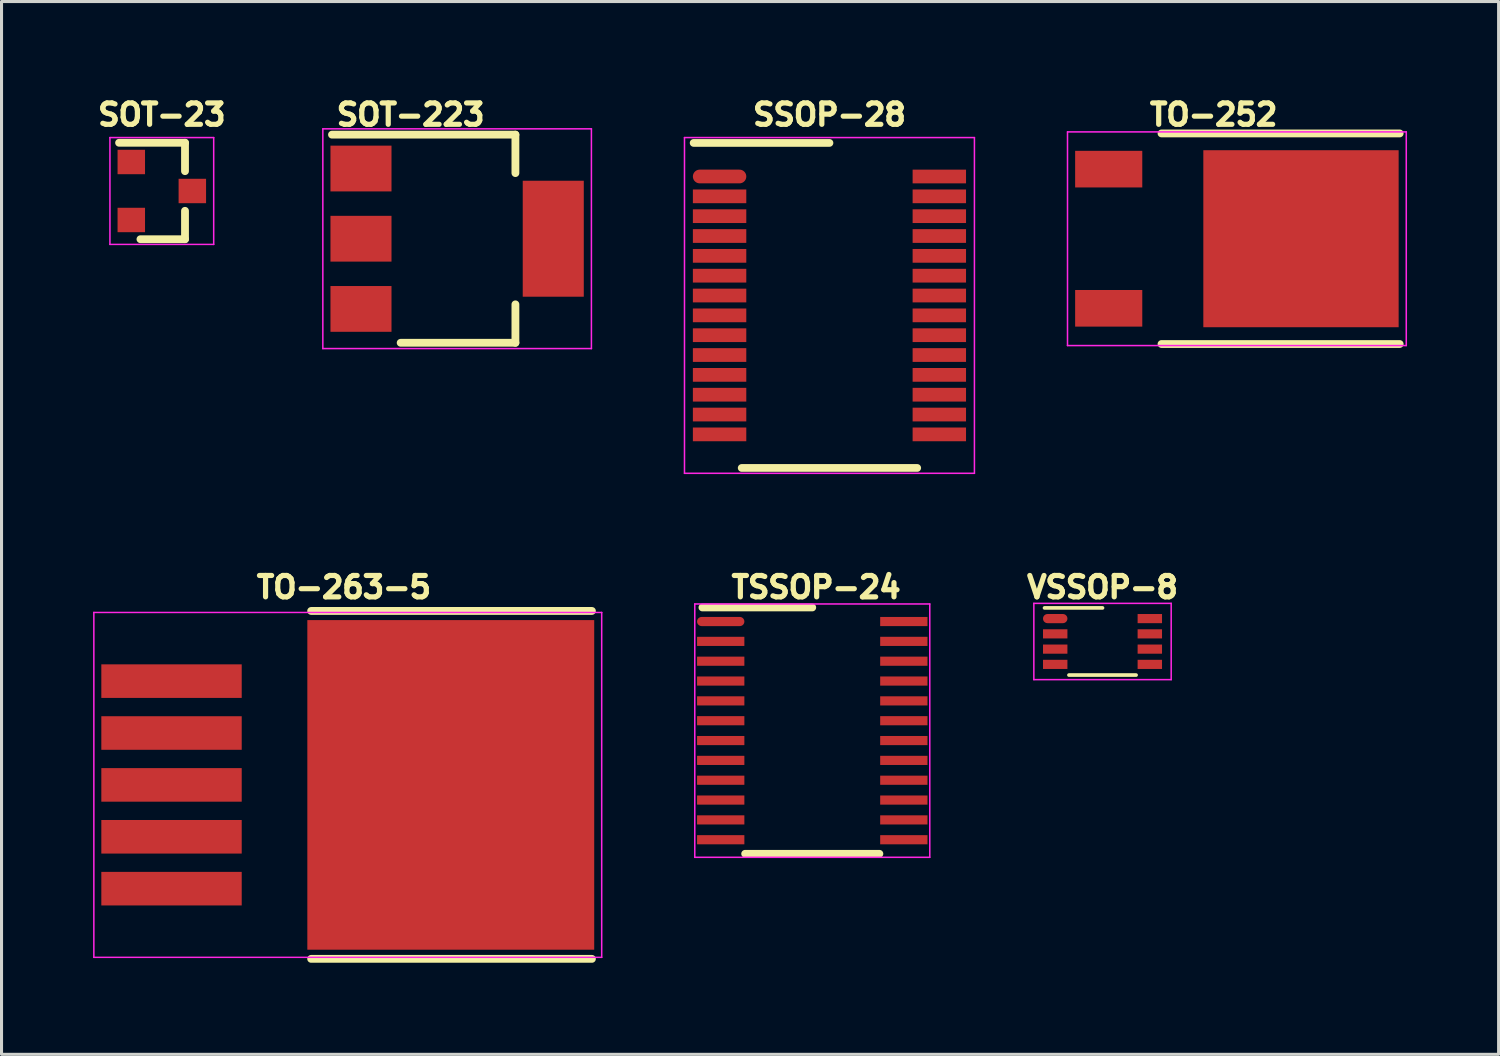
<source format=kicad_pcb>
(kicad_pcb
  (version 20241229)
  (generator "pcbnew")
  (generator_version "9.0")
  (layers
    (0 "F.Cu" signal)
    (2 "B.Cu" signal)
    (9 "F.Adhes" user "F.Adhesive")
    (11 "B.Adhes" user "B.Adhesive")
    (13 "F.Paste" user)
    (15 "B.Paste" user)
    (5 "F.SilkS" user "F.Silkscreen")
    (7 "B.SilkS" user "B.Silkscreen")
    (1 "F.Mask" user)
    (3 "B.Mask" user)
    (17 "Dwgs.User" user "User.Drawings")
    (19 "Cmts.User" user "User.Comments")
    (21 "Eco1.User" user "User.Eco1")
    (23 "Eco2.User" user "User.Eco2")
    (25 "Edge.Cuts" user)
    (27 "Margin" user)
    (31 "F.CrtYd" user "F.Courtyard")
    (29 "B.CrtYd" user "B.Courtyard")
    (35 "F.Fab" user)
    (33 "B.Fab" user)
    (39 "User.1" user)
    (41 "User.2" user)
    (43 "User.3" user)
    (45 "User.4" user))
  (footprint "SOT-223"
    (layer "F.Cu")
    (at 11.928 4.772)
    (property "Reference" "SOT-223" (at -1.524 -4.064 0) (layer "F.SilkS") (effects (font (size 0.7 0.7) (thickness 0.17))))
    (attr smd)
    (fp_line (start -4.1 -3.41) (end 1.91 -3.41) (stroke (width 0.256) (type solid)) (layer "F.SilkS"))
    (fp_line (start -1.85 3.41) (end 1.91 3.41) (stroke (width 0.256) (type solid)) (layer "F.SilkS"))
    (fp_line (start 1.91 -3.41) (end 1.91 -2.15) (stroke (width 0.256) (type solid)) (layer "F.SilkS"))
    (fp_line (start 1.91 3.41) (end 1.91 2.15) (stroke (width 0.256) (type solid)) (layer "F.SilkS"))
    (fp_line (start 0 -0.3) (end 0 0.3) (stroke (width 0.128) (type solid)) (layer "Eco1.User"))
    (fp_line (start 0.3 0) (end -0.3 0) (stroke (width 0.128) (type solid)) (layer "Eco1.User"))
    (fp_line (start -4.4 -3.6) (end -4.4 3.6) (stroke (width 0.05) (type solid)) (layer "F.CrtYd"))
    (fp_line (start -4.4 3.6) (end 4.4 3.6) (stroke (width 0.05) (type solid)) (layer "F.CrtYd"))
    (fp_line (start 4.4 -3.6) (end -4.4 -3.6) (stroke (width 0.05) (type solid)) (layer "F.CrtYd"))
    (fp_line (start 4.4 3.6) (end 4.4 -3.6) (stroke (width 0.05) (type solid)) (layer "F.CrtYd"))
    (pad "1" smd rect (at -3.15 -2.3) (size 2 1.5) (layers "F.Cu" "F.Mask" "F.Paste"))
    (pad "2" smd rect (at -3.15 0) (size 2 1.5) (layers "F.Cu" "F.Mask" "F.Paste"))
    (pad "3" smd rect (at -3.15 2.3) (size 2 1.5) (layers "F.Cu" "F.Mask" "F.Paste"))
    (pad "4" smd rect (at 3.15 0) (size 2 3.8) (layers "F.Cu" "F.Mask" "F.Paste")))
  (footprint "VSSOP-8"
    (layer "F.Cu")
    (at 33.075 17.969)
    (property "Reference" "VSSOP-8" (at 0 -1.778 0) (layer "F.SilkS") (effects (font (size 0.7 0.7) (thickness 0.17))))
    (attr smd)
    (fp_line (start 0 -1.1) (end -1.9 -1.1) (stroke (width 0.12) (type solid)) (layer "F.SilkS"))
    (fp_line (start 1.1 1.1) (end -1.1 1.1) (stroke (width 0.12) (type solid)) (layer "F.SilkS"))
    (fp_line (start 0 -0.3) (end 0 0.3) (stroke (width 0.128) (type solid)) (layer "Eco1.User"))
    (fp_line (start 0.3 0) (end -0.3 0) (stroke (width 0.128) (type solid)) (layer "Eco1.User"))
    (fp_line (start -2.25 -1.25) (end 2.25 -1.25) (stroke (width 0.05) (type solid)) (layer "F.CrtYd"))
    (fp_line (start -2.25 1.25) (end -2.25 -1.25) (stroke (width 0.05) (type solid)) (layer "F.CrtYd"))
    (fp_line (start 2.25 -1.25) (end 2.25 1.25) (stroke (width 0.05) (type solid)) (layer "F.CrtYd"))
    (fp_line (start 2.25 1.25) (end -2.25 1.25) (stroke (width 0.05) (type solid)) (layer "F.CrtYd"))
    (pad "1" smd oval (at -1.55 -0.75 270) (size 0.3 0.8) (layers "F.Cu" "F.Mask" "F.Paste"))
    (pad "2" smd rect (at -1.55 -0.25 270) (size 0.3 0.8) (layers "F.Cu" "F.Mask" "F.Paste"))
    (pad "3" smd rect (at -1.55 0.25 270) (size 0.3 0.8) (layers "F.Cu" "F.Mask" "F.Paste"))
    (pad "4" smd rect (at -1.55 0.75 270) (size 0.3 0.8) (layers "F.Cu" "F.Mask" "F.Paste"))
    (pad "5" smd rect (at 1.55 0.75 270) (size 0.3 0.8) (layers "F.Cu" "F.Mask" "F.Paste"))
    (pad "6" smd rect (at 1.55 0.25 270) (size 0.3 0.8) (layers "F.Cu" "F.Mask" "F.Paste"))
    (pad "7" smd rect (at 1.55 -0.25 270) (size 0.3 0.8) (layers "F.Cu" "F.Mask" "F.Paste"))
    (pad "8" smd rect (at 1.55 -0.75 270) (size 0.3 0.8) (layers "F.Cu" "F.Mask" "F.Paste")))
  (footprint "SOT-23"
    (layer "F.Cu")
    (at 2.252 3.208)
    (property "Reference" "SOT-23" (at 0 -2.5 0) (layer "F.SilkS") (effects (font (size 0.7 0.7) (thickness 0.17))))
    (attr smd)
    (fp_line (start 0.76 -1.58) (end -1.4 -1.58) (stroke (width 0.256) (type solid)) (layer "F.SilkS"))
    (fp_line (start 0.76 -1.58) (end 0.76 -0.65) (stroke (width 0.256) (type solid)) (layer "F.SilkS"))
    (fp_line (start 0.76 1.58) (end -0.7 1.58) (stroke (width 0.256) (type solid)) (layer "F.SilkS"))
    (fp_line (start 0.76 1.58) (end 0.76 0.65) (stroke (width 0.256) (type solid)) (layer "F.SilkS"))
    (fp_line (start 0 -0.3) (end 0 0.3) (stroke (width 0.128) (type solid)) (layer "Eco1.User"))
    (fp_line (start 0.3 0) (end -0.3 0) (stroke (width 0.128) (type solid)) (layer "Eco1.User"))
    (fp_line (start -1.7 -1.75) (end 1.7 -1.75) (stroke (width 0.05) (type solid)) (layer "F.CrtYd"))
    (fp_line (start -1.7 1.75) (end -1.7 -1.75) (stroke (width 0.05) (type solid)) (layer "F.CrtYd"))
    (fp_line (start 1.7 -1.75) (end 1.7 1.75) (stroke (width 0.05) (type solid)) (layer "F.CrtYd"))
    (fp_line (start 1.7 1.75) (end -1.7 1.75) (stroke (width 0.05) (type solid)) (layer "F.CrtYd"))
    (pad "1" smd rect (at -1 -0.95) (size 0.9 0.8) (layers "F.Cu" "F.Mask" "F.Paste"))
    (pad "2" smd rect (at -1 0.95) (size 0.9 0.8) (layers "F.Cu" "F.Mask" "F.Paste"))
    (pad "3" smd rect (at 1 0) (size 0.9 0.8) (layers "F.Cu" "F.Mask" "F.Paste")))
  (footprint "SSOP-28"
    (layer "F.Cu")
    (at 24.128 6.958)
    (property "Reference" "SSOP-28" (at 0 -6.25 0) (layer "F.SilkS") (effects (font (size 0.7 0.7) (thickness 0.17))))
    (attr smd)
    (fp_line (start -4.45 -5.325) (end 0 -5.325) (stroke (width 0.254) (type solid)) (layer "F.SilkS"))
    (fp_line (start -2.875 5.325) (end 2.875 5.325) (stroke (width 0.254) (type solid)) (layer "F.SilkS"))
    (fp_line (start 0 -0.3) (end 0 0.3) (stroke (width 0.128) (type solid)) (layer "Eco1.User"))
    (fp_line (start 0.3 0) (end -0.3 0) (stroke (width 0.128) (type solid)) (layer "Eco1.User"))
    (fp_line (start -4.75 -5.5) (end -4.75 5.5) (stroke (width 0.05) (type solid)) (layer "F.CrtYd"))
    (fp_line (start -4.75 -5.5) (end 4.75 -5.5) (stroke (width 0.05) (type solid)) (layer "F.CrtYd"))
    (fp_line (start -4.75 5.5) (end 4.75 5.5) (stroke (width 0.05) (type solid)) (layer "F.CrtYd"))
    (fp_line (start 4.75 -5.5) (end 4.75 5.5) (stroke (width 0.05) (type solid)) (layer "F.CrtYd"))
    (pad "1" smd oval (at -3.6 -4.225) (size 1.75 0.45) (layers "F.Cu" "F.Mask" "F.Paste"))
    (pad "2" smd rect (at -3.6 -3.575) (size 1.75 0.45) (layers "F.Cu" "F.Mask" "F.Paste"))
    (pad "3" smd rect (at -3.6 -2.925) (size 1.75 0.45) (layers "F.Cu" "F.Mask" "F.Paste"))
    (pad "4" smd rect (at -3.6 -2.275) (size 1.75 0.45) (layers "F.Cu" "F.Mask" "F.Paste"))
    (pad "5" smd rect (at -3.6 -1.625) (size 1.75 0.45) (layers "F.Cu" "F.Mask" "F.Paste"))
    (pad "6" smd rect (at -3.6 -0.975) (size 1.75 0.45) (layers "F.Cu" "F.Mask" "F.Paste"))
    (pad "7" smd rect (at -3.6 -0.325) (size 1.75 0.45) (layers "F.Cu" "F.Mask" "F.Paste"))
    (pad "8" smd rect (at -3.6 0.325) (size 1.75 0.45) (layers "F.Cu" "F.Mask" "F.Paste"))
    (pad "9" smd rect (at -3.6 0.975) (size 1.75 0.45) (layers "F.Cu" "F.Mask" "F.Paste"))
    (pad "10" smd rect (at -3.6 1.625) (size 1.75 0.45) (layers "F.Cu" "F.Mask" "F.Paste"))
    (pad "11" smd rect (at -3.6 2.275) (size 1.75 0.45) (layers "F.Cu" "F.Mask" "F.Paste"))
    (pad "12" smd rect (at -3.6 2.925) (size 1.75 0.45) (layers "F.Cu" "F.Mask" "F.Paste"))
    (pad "13" smd rect (at -3.6 3.575) (size 1.75 0.45) (layers "F.Cu" "F.Mask" "F.Paste"))
    (pad "14" smd rect (at -3.6 4.225) (size 1.75 0.45) (layers "F.Cu" "F.Mask" "F.Paste"))
    (pad "15" smd rect (at 3.6 4.225) (size 1.75 0.45) (layers "F.Cu" "F.Mask" "F.Paste"))
    (pad "16" smd rect (at 3.6 3.575) (size 1.75 0.45) (layers "F.Cu" "F.Mask" "F.Paste"))
    (pad "17" smd rect (at 3.6 2.925) (size 1.75 0.45) (layers "F.Cu" "F.Mask" "F.Paste"))
    (pad "18" smd rect (at 3.6 2.275) (size 1.75 0.45) (layers "F.Cu" "F.Mask" "F.Paste"))
    (pad "19" smd rect (at 3.6 1.625) (size 1.75 0.45) (layers "F.Cu" "F.Mask" "F.Paste"))
    (pad "20" smd rect (at 3.6 0.975) (size 1.75 0.45) (layers "F.Cu" "F.Mask" "F.Paste"))
    (pad "21" smd rect (at 3.6 0.325) (size 1.75 0.45) (layers "F.Cu" "F.Mask" "F.Paste"))
    (pad "22" smd rect (at 3.6 -0.325) (size 1.75 0.45) (layers "F.Cu" "F.Mask" "F.Paste"))
    (pad "23" smd rect (at 3.6 -0.975) (size 1.75 0.45) (layers "F.Cu" "F.Mask" "F.Paste"))
    (pad "24" smd rect (at 3.6 -1.625) (size 1.75 0.45) (layers "F.Cu" "F.Mask" "F.Paste"))
    (pad "25" smd rect (at 3.6 -2.275) (size 1.75 0.45) (layers "F.Cu" "F.Mask" "F.Paste"))
    (pad "26" smd rect (at 3.6 -2.925) (size 1.75 0.45) (layers "F.Cu" "F.Mask" "F.Paste"))
    (pad "27" smd rect (at 3.6 -3.575) (size 1.75 0.45) (layers "F.Cu" "F.Mask" "F.Paste"))
    (pad "28" smd rect (at 3.6 -4.225) (size 1.75 0.45) (layers "F.Cu" "F.Mask" "F.Paste")))
  (footprint "TSSOP-24"
    (layer "F.Cu")
    (at 23.565 20.89)
    (property "Reference" "TSSOP-24" (at 0.127 -4.699 0) (layer "F.SilkS") (effects (font (size 0.7 0.7) (thickness 0.17))))
    (attr smd)
    (fp_line (start -2.2 4.035) (end 2.2 4.035) (stroke (width 0.254) (type solid)) (layer "F.SilkS"))
    (fp_line (start 0 -4.035) (end -3.6 -4.035) (stroke (width 0.254) (type solid)) (layer "F.SilkS"))
    (fp_line (start 0 -0.3) (end 0 0.3) (stroke (width 0.128) (type solid)) (layer "Eco1.User"))
    (fp_line (start 0.3 0) (end -0.3 0) (stroke (width 0.128) (type solid)) (layer "Eco1.User"))
    (fp_line (start -3.85 -4.15) (end -3.85 4.15) (stroke (width 0.05) (type solid)) (layer "F.CrtYd"))
    (fp_line (start -3.85 4.15) (end 3.85 4.15) (stroke (width 0.05) (type solid)) (layer "F.CrtYd"))
    (fp_line (start 3.85 -4.15) (end -3.85 -4.15) (stroke (width 0.05) (type solid)) (layer "F.CrtYd"))
    (fp_line (start 3.85 4.15) (end 3.85 -4.15) (stroke (width 0.05) (type solid)) (layer "F.CrtYd"))
    (pad "1" smd oval (at -3 -3.575) (size 1.55 0.3) (layers "F.Cu" "F.Mask" "F.Paste"))
    (pad "2" smd rect (at -3 -2.925) (size 1.55 0.3) (layers "F.Cu" "F.Mask" "F.Paste"))
    (pad "3" smd rect (at -3 -2.275) (size 1.55 0.3) (layers "F.Cu" "F.Mask" "F.Paste"))
    (pad "4" smd rect (at -3 -1.625) (size 1.55 0.3) (layers "F.Cu" "F.Mask" "F.Paste"))
    (pad "5" smd rect (at -3 -0.975) (size 1.55 0.3) (layers "F.Cu" "F.Mask" "F.Paste"))
    (pad "6" smd rect (at -3 -0.325) (size 1.55 0.3) (layers "F.Cu" "F.Mask" "F.Paste"))
    (pad "7" smd rect (at -3 0.325) (size 1.55 0.3) (layers "F.Cu" "F.Mask" "F.Paste"))
    (pad "8" smd rect (at -3 0.975) (size 1.55 0.3) (layers "F.Cu" "F.Mask" "F.Paste"))
    (pad "9" smd rect (at -3 1.625) (size 1.55 0.3) (layers "F.Cu" "F.Mask" "F.Paste"))
    (pad "10" smd rect (at -3 2.275) (size 1.55 0.3) (layers "F.Cu" "F.Mask" "F.Paste"))
    (pad "11" smd rect (at -3 2.925) (size 1.55 0.3) (layers "F.Cu" "F.Mask" "F.Paste"))
    (pad "12" smd rect (at -3 3.575) (size 1.55 0.3) (layers "F.Cu" "F.Mask" "F.Paste"))
    (pad "13" smd rect (at 3 3.575) (size 1.55 0.3) (layers "F.Cu" "F.Mask" "F.Paste"))
    (pad "14" smd rect (at 3 2.925) (size 1.55 0.3) (layers "F.Cu" "F.Mask" "F.Paste"))
    (pad "15" smd rect (at 3 2.275) (size 1.55 0.3) (layers "F.Cu" "F.Mask" "F.Paste"))
    (pad "16" smd rect (at 3 1.625) (size 1.55 0.3) (layers "F.Cu" "F.Mask" "F.Paste"))
    (pad "17" smd rect (at 3 0.975) (size 1.55 0.3) (layers "F.Cu" "F.Mask" "F.Paste"))
    (pad "18" smd rect (at 3 0.325) (size 1.55 0.3) (layers "F.Cu" "F.Mask" "F.Paste"))
    (pad "19" smd rect (at 3 -0.325) (size 1.55 0.3) (layers "F.Cu" "F.Mask" "F.Paste"))
    (pad "20" smd rect (at 3 -0.975) (size 1.55 0.3) (layers "F.Cu" "F.Mask" "F.Paste"))
    (pad "21" smd rect (at 3 -1.625) (size 1.55 0.3) (layers "F.Cu" "F.Mask" "F.Paste"))
    (pad "22" smd rect (at 3 -2.275) (size 1.55 0.3) (layers "F.Cu" "F.Mask" "F.Paste"))
    (pad "23" smd rect (at 3 -2.925) (size 1.55 0.3) (layers "F.Cu" "F.Mask" "F.Paste"))
    (pad "24" smd rect (at 3 -3.575) (size 1.55 0.3) (layers "F.Cu" "F.Mask" "F.Paste")))
  (footprint "TO-263-5"
    (layer "F.Cu")
    (at 8.345 22.668)
    (property "Reference" "TO-263-5" (at -0.127 -6.477 0) (layer "F.SilkS") (effects (font (size 0.7 0.7) (thickness 0.17))))
    (attr smd)
    (fp_line (start 8 -5.7) (end -1.2 -5.7) (stroke (width 0.256) (type solid)) (layer "F.SilkS"))
    (fp_line (start 8 5.7) (end -1.2 5.7) (stroke (width 0.256) (type solid)) (layer "F.SilkS"))
    (fp_line (start 0 -0.3) (end 0 0.3) (stroke (width 0.128) (type solid)) (layer "Eco1.User"))
    (fp_line (start 0.3 0) (end -0.3 0) (stroke (width 0.128) (type solid)) (layer "Eco1.User"))
    (fp_line (start -8.32 -5.65) (end -8.32 5.65) (stroke (width 0.05) (type solid)) (layer "F.CrtYd"))
    (fp_line (start -8.32 5.65) (end 8.32 5.65) (stroke (width 0.05) (type solid)) (layer "F.CrtYd"))
    (fp_line (start 8.32 -5.65) (end -8.32 -5.65) (stroke (width 0.05) (type solid)) (layer "F.CrtYd"))
    (fp_line (start 8.32 5.65) (end 8.32 -5.65) (stroke (width 0.05) (type solid)) (layer "F.CrtYd"))
    (pad "" smd rect (at 0.95 -2.775) (size 4.55 5.25) (layers "F.Paste"))
    (pad "" smd rect (at 0.95 2.775) (size 4.55 5.25) (layers "F.Paste"))
    (pad "" smd rect (at 5.8 -2.775) (size 4.55 5.25) (layers "F.Paste"))
    (pad "" smd rect (at 5.8 2.775) (size 4.55 5.25) (layers "F.Paste"))
    (pad "1" smd rect (at -5.775 -3.4) (size 4.6 1.1) (layers "F.Cu" "F.Mask" "F.Paste"))
    (pad "2" smd rect (at -5.775 -1.7) (size 4.6 1.1) (layers "F.Cu" "F.Mask" "F.Paste"))
    (pad "3" smd rect (at -5.775 0) (size 4.6 1.1) (layers "F.Cu" "F.Mask" "F.Paste"))
    (pad "4" smd rect (at -5.775 1.7) (size 4.6 1.1) (layers "F.Cu" "F.Mask" "F.Paste"))
    (pad "5" smd rect (at -5.775 3.4) (size 4.6 1.1) (layers "F.Cu" "F.Mask" "F.Paste"))
    (pad "6" smd rect (at 3.375 0) (size 9.4 10.8) (layers "F.Cu" "F.Mask")))
  (footprint "TO-252"
    (layer "F.Cu")
    (at 37.478 4.772)
    (property "Reference" "TO-252" (at -0.762 -4.064 0) (layer "F.SilkS") (effects (font (size 0.7 0.7) (thickness 0.17))))
    (attr smd)
    (fp_line (start 5.334 -3.45) (end -2.47 -3.45) (stroke (width 0.256) (type solid)) (layer "F.SilkS"))
    (fp_line (start 5.334 3.45) (end -2.47 3.45) (stroke (width 0.256) (type solid)) (layer "F.SilkS"))
    (fp_line (start 0 -0.3) (end 0 0.3) (stroke (width 0.128) (type solid)) (layer "Eco1.User"))
    (fp_line (start 0.3 0) (end -0.3 0) (stroke (width 0.128) (type solid)) (layer "Eco1.User"))
    (fp_line (start -5.55 -3.5) (end -5.55 3.5) (stroke (width 0.05) (type solid)) (layer "F.CrtYd"))
    (fp_line (start -5.55 3.5) (end 5.55 3.5) (stroke (width 0.05) (type solid)) (layer "F.CrtYd"))
    (fp_line (start 5.55 -3.5) (end -5.55 -3.5) (stroke (width 0.05) (type solid)) (layer "F.CrtYd"))
    (fp_line (start 5.55 3.5) (end 5.55 -3.5) (stroke (width 0.05) (type solid)) (layer "F.CrtYd"))
    (pad "" smd rect (at 0.425 -1.525) (size 3.05 2.75) (layers "F.Paste"))
    (pad "" smd rect (at 0.425 1.525) (size 3.05 2.75) (layers "F.Paste"))
    (pad "" smd rect (at 3.775 -1.525) (size 3.05 2.75) (layers "F.Paste"))
    (pad "" smd rect (at 3.775 1.525) (size 3.05 2.75) (layers "F.Paste"))
    (pad "1" smd rect (at -4.2 -2.28) (size 2.2 1.2) (layers "F.Cu" "F.Mask" "F.Paste"))
    (pad "2" smd rect (at 2.1 0) (size 6.4 5.8) (layers "F.Cu" "F.Mask"))
    (pad "3" smd rect (at -4.2 2.28) (size 2.2 1.2) (layers "F.Cu" "F.Mask" "F.Paste")))
  (gr_rect
    (start -3 -3)
    (end 46.053 31.496)
    (stroke (width 0.1) (type default))
    (fill no)
    (layer "Edge.Cuts")))
</source>
